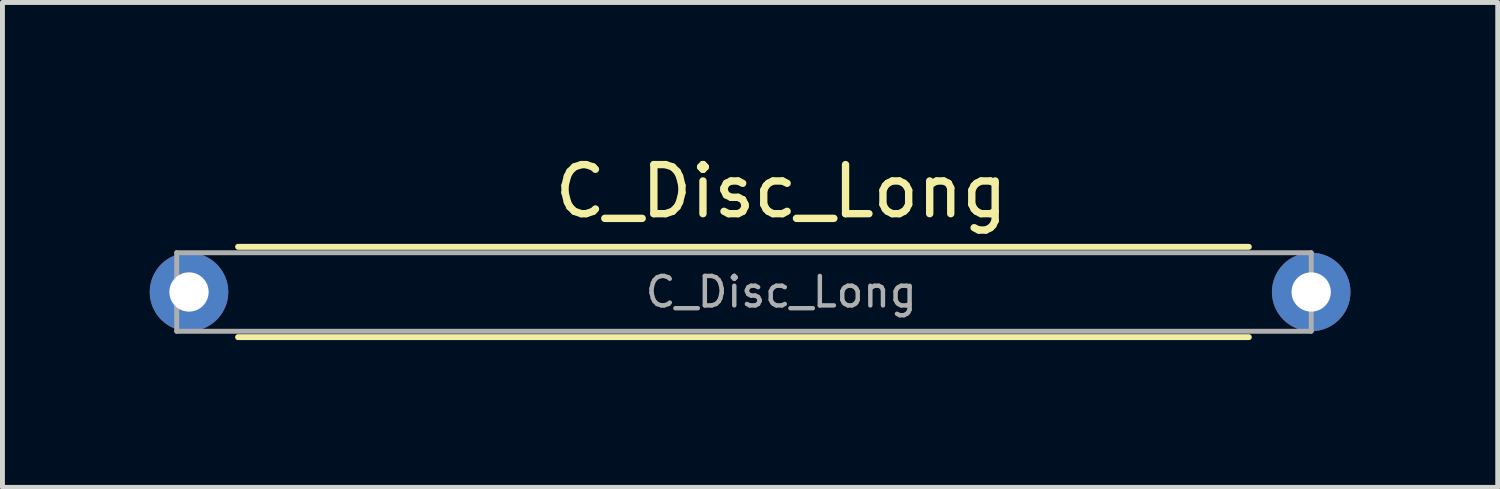
<source format=kicad_pcb>
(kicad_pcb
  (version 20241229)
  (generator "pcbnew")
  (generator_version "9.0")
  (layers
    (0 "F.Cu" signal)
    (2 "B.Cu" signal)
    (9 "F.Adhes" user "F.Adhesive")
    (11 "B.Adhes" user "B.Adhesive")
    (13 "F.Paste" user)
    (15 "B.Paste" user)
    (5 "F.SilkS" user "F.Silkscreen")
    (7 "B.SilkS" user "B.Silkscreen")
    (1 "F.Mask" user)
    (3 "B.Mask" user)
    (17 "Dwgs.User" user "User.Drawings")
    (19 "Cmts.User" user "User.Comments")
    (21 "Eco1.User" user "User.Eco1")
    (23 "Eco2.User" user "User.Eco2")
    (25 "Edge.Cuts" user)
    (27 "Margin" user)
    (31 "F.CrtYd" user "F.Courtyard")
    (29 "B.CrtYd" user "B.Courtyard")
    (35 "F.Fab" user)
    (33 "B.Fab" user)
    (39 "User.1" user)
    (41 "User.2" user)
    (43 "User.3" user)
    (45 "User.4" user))
  (footprint "C_Disc_Long"
    (layer "F.Cu")
    (at 0.8 2.898)
    (property "Reference" "C_Disc_Long" (at 12.065 -2.05 0) (layer "F.SilkS") (effects (font (size 1 1) (thickness 0.15))))
    (attr through_hole)
    (fp_line (start 1 -0.92) (end 21.59 -0.92) (stroke (width 0.12) (type solid)) (layer "F.SilkS"))
    (fp_line (start 1 0.92) (end 21.59 0.92) (stroke (width 0.12) (type solid)) (layer "F.SilkS"))
    (fp_line (start -0.25 -0.8) (end -0.25 0.8) (stroke (width 0.1) (type solid)) (layer "F.Fab"))
    (fp_line (start -0.25 0.8) (end 22.86 0.8) (stroke (width 0.1) (type solid)) (layer "F.Fab"))
    (fp_line (start 22.86 -0.8) (end -0.25 -0.8) (stroke (width 0.1) (type solid)) (layer "F.Fab"))
    (fp_line (start 22.86 0.8) (end 22.86 -0.8) (stroke (width 0.1) (type solid)) (layer "F.Fab"))
    (fp_text user "${REFERENCE}" (at 12.065 0 0) (layer "F.Fab") (effects (font (size 0.6 0.6) (thickness 0.09))))
    (pad "1" thru_hole circle (at 0 0) (size 1.6 1.6) (drill 0.8) (layers "*.Cu" "*.Mask"))
    (pad "2" thru_hole circle (at 22.86 0) (size 1.6 1.6) (drill 0.8) (layers "*.Cu" "*.Mask")))
  (gr_rect
    (start -3 -3)
    (end 27.46 6.878)
    (stroke (width 0.1) (type default))
    (fill no)
    (layer "Edge.Cuts")))
</source>
